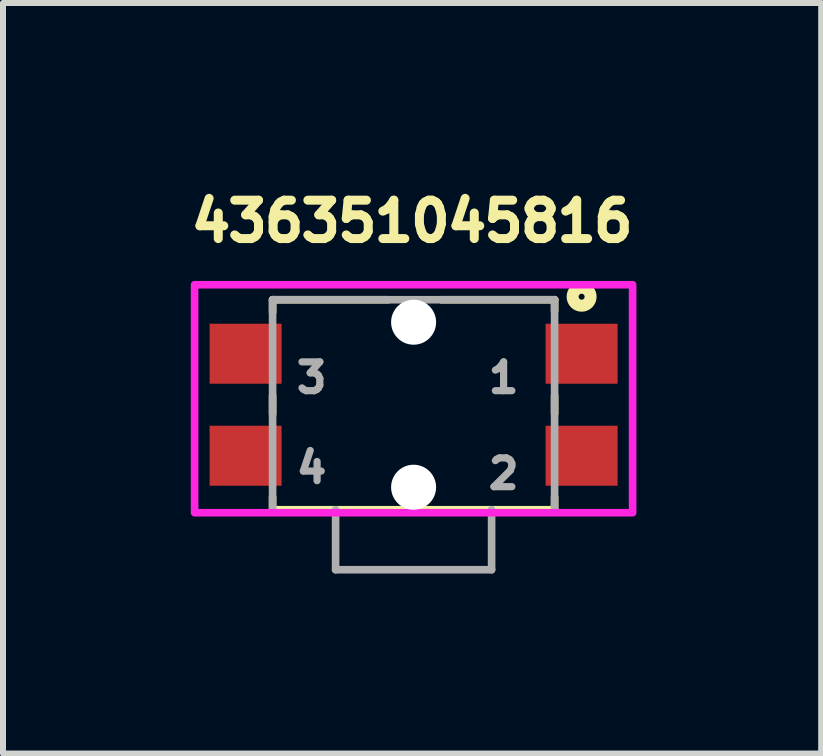
<source format=kicad_pcb>
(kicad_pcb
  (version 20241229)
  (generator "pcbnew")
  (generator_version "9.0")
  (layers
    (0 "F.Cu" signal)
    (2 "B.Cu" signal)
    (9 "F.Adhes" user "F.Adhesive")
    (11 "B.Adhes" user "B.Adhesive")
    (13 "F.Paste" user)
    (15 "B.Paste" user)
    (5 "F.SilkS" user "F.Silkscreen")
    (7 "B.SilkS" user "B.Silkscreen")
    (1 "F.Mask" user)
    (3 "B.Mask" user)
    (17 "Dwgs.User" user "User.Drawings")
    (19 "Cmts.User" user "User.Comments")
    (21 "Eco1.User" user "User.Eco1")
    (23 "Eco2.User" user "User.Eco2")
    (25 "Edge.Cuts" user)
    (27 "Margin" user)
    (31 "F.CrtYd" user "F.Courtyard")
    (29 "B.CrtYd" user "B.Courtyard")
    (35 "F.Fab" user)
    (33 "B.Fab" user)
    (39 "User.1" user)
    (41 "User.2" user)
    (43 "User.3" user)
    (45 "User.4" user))
  (footprint "436351045816"
    (layer "F.Cu")
    (at 3.843 3.695)
    (property "Reference" "436351045816" (at -0.025 -3.057 0) (layer "F.SilkS") (effects (font (size 0.64 0.64) (thickness 0.15))))
    (attr through_hole)
    (fp_line (start -2.35 -1.75) (end -2.35 -1.54) (stroke (width 0.127) (type solid)) (layer "F.SilkS"))
    (fp_line (start -2.35 0.16) (end -2.35 -0.15) (stroke (width 0.127) (type solid)) (layer "F.SilkS"))
    (fp_line (start -2.35 1.54) (end -2.35 1.75) (stroke (width 0.127) (type solid)) (layer "F.SilkS"))
    (fp_line (start -0.42 -1.75) (end -2.35 -1.75) (stroke (width 0.127) (type solid)) (layer "F.SilkS"))
    (fp_line (start 0.46 -1.75) (end 2.35 -1.75) (stroke (width 0.127) (type solid)) (layer "F.SilkS"))
    (fp_line (start 2.35 -1.75) (end 2.35 -1.56) (stroke (width 0.127) (type solid)) (layer "F.SilkS"))
    (fp_line (start 2.35 -0.15) (end 2.35 0.15) (stroke (width 0.127) (type solid)) (layer "F.SilkS"))
    (fp_line (start 2.35 1.54) (end 2.35 1.75) (stroke (width 0.127) (type solid)) (layer "F.SilkS"))
    (fp_line (start 2.35 1.75) (end -2.35 1.75) (stroke (width 0.127) (type solid)) (layer "F.SilkS"))
    (fp_circle (center 2.8 -1.8) (end 2.85 -1.8) (stroke (width 0.2) (type solid)) (fill no) (layer "F.SilkS"))
    (fp_poly (pts (xy -3.65 -2) (xy 3.65 -2) (xy 3.65 1.8) (xy -3.65 1.8)) (stroke (width 0.127) (type solid)) (fill no) (layer "F.CrtYd"))
    (fp_line (start -2.35 -1.75) (end -2.35 1.75) (stroke (width 0.127) (type solid)) (layer "F.Fab"))
    (fp_line (start -1.3 1.75) (end -1.3 2.75) (stroke (width 0.127) (type solid)) (layer "F.Fab"))
    (fp_line (start -1.3 2.75) (end 1.3 2.75) (stroke (width 0.127) (type solid)) (layer "F.Fab"))
    (fp_line (start 1.3 2.75) (end 1.3 1.75) (stroke (width 0.127) (type solid)) (layer "F.Fab"))
    (fp_line (start 2.35 -1.75) (end -2.35 -1.75) (stroke (width 0.127) (type solid)) (layer "F.Fab"))
    (fp_line (start 2.35 1.75) (end 2.35 -1.75) (stroke (width 0.127) (type solid)) (layer "F.Fab"))
    (fp_text user "1" (at 1.5 -0.45 0) (layer "F.Fab") (effects (font (size 0.48 0.48) (thickness 0.15))))
    (fp_text user "3" (at -1.7 -0.45 0) (layer "F.Fab") (effects (font (size 0.48 0.48) (thickness 0.15))))
    (fp_text user "2" (at 1.5 1.15 0) (layer "F.Fab") (effects (font (size 0.48 0.48) (thickness 0.15))))
    (fp_text user "4" (at -1.7 1.05 0) (layer "F.Fab") (effects (font (size 0.48 0.48) (thickness 0.15))))
    (pad "" np_thru_hole circle (at 0 -1.375) (size 0.75 0.75) (drill 0.75) (layers "*.Cu" "*.Mask"))
    (pad "" np_thru_hole circle (at 0 1.375) (size 0.75 0.75) (drill 0.75) (layers "*.Cu" "*.Mask"))
    (pad "1" smd rect (at 2.8 -0.85) (size 1.2 1) (layers "F.Cu" "F.Mask" "F.Paste"))
    (pad "2" smd rect (at 2.8 0.85) (size 1.2 1) (layers "F.Cu" "F.Mask" "F.Paste"))
    (pad "3" smd rect (at -2.8 -0.85) (size 1.2 1) (layers "F.Cu" "F.Mask" "F.Paste"))
    (pad "4" smd rect (at -2.8 0.85) (size 1.2 1) (layers "F.Cu" "F.Mask" "F.Paste")))
  (gr_rect
    (start -3 -3)
    (end 10.636 9.508)
    (stroke (width 0.1) (type default))
    (fill no)
    (layer "Edge.Cuts")))
</source>
